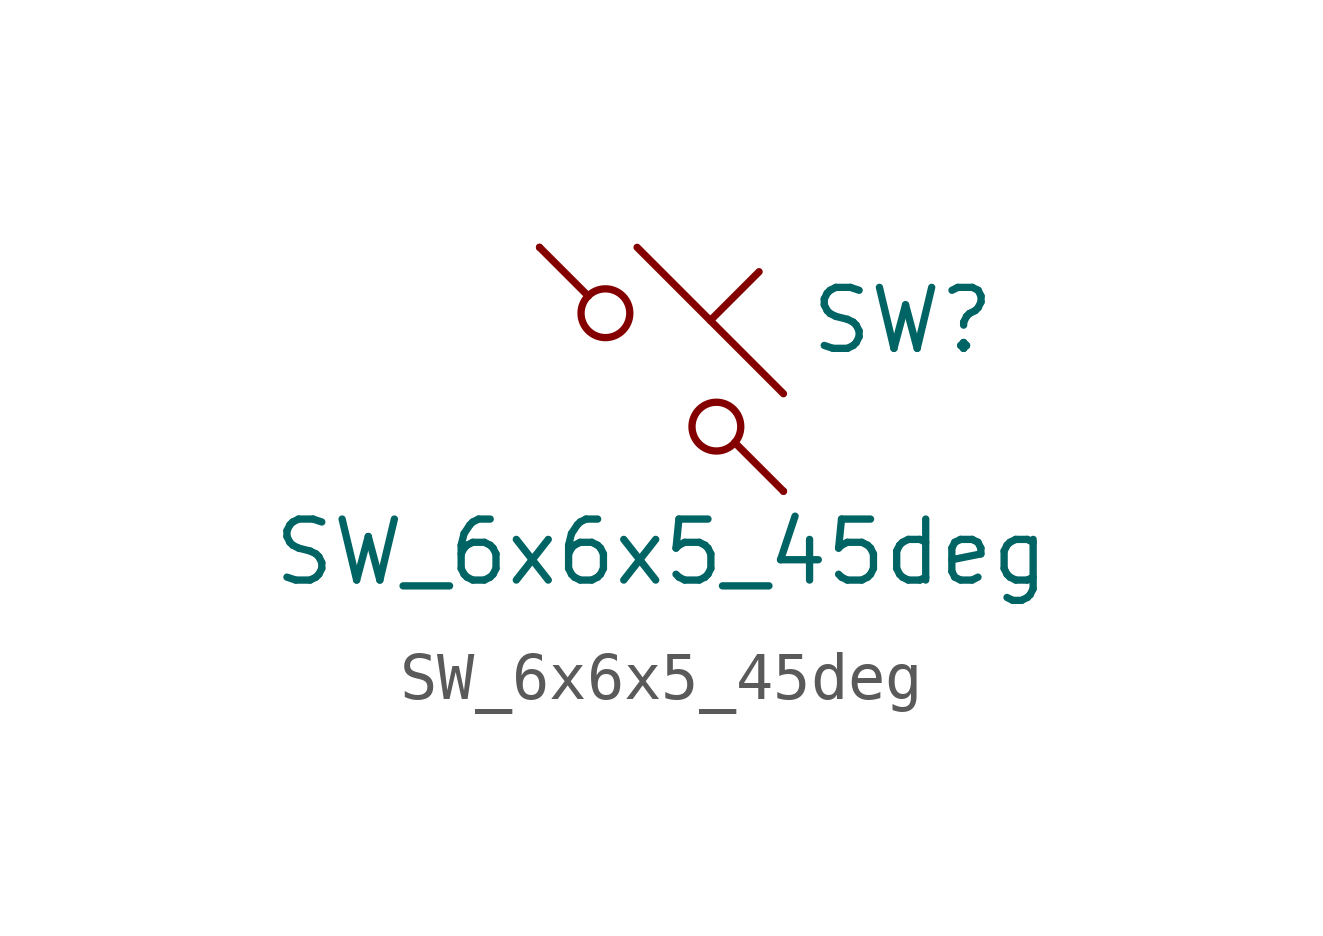
<source format=kicad_sym>
(kicad_symbol_lib
  (version 20211014)
  (generator kicad_symbol_editor)
  (symbol "SW_6x6x5_45deg"
    (pin_numbers hide)
    (pin_names
      (offset 1.016) hide)
    (property "Reference" "SW"
      (at 3.048 1.016 0)
      (effects (font (size 1.27 1.27)) (justify left)))
    (property "Value" "SW_6x6x5_45deg"
      (at 0 -3.81 0)
      (effects (font (size 1.27 1.27))))
    (symbol "SW_6x6x5_45deg_0_1"
      (circle (center -1.168 1.168) (radius 0.508) (stroke (width 0) (type default) (color 0 0 0 0)) (fill (type none)))
      (polyline (pts (xy -0.508 2.54) (xy 2.54 -0.508)) (stroke (width 0) (type default) (color 0 0 0 0)) (fill (type none)))
      (polyline (pts (xy 1.016 1.016) (xy 2.032 2.032)) (stroke (width 0) (type default) (color 0 0 0 0)) (fill (type none)))
      (polyline (pts (xy -2.54 2.54) (xy -1.524 1.524) (xy -1.524 1.524)) (stroke (width 0) (type default) (color 0 0 0 0)) (fill (type none)))
      (polyline (pts (xy 1.524 -1.524) (xy 2.54 -2.54) (xy 2.54 -2.54) (xy 2.54 -2.54)) (stroke (width 0) (type default) (color 0 0 0 0)) (fill (type none)))
      (circle (center 1.143 -1.194) (radius 0.508) (stroke (width 0) (type default) (color 0 0 0 0)) (fill (type none)))
      (pin passive line (at -2.54 2.54 0) (length 0) (name "1" (effects (font (size 1.27 1.27)))) (number "1" (effects (font (size 1.27 1.27)))))
      (pin passive line (at 2.54 -2.54 180) (length 0) (name "2" (effects (font (size 1.27 1.27)))) (number "2" (effects (font (size 1.27 1.27))))))))
</source>
